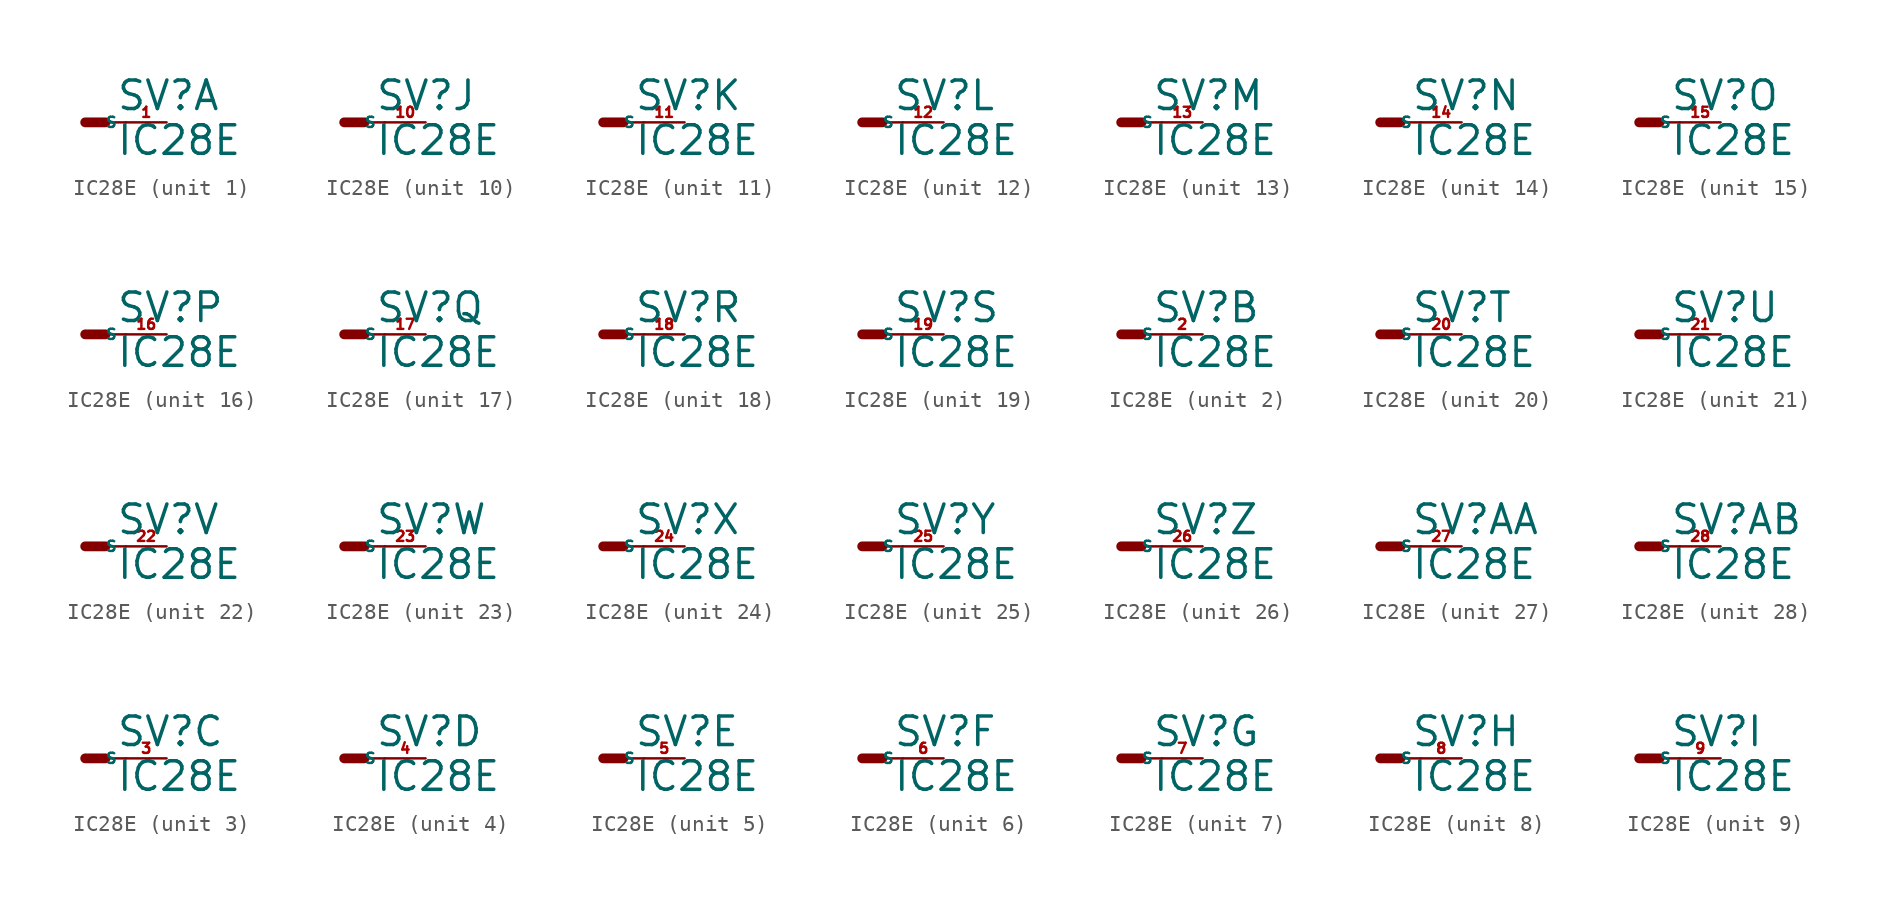
<source format=kicad_sym>
(kicad_symbol_lib
  (version 20220914)
  (generator Eagle2Kicad)
  (symbol "IC28E"
    (property "Reference" "SV"
      (at 1.905 0.635 0)
      (effects (font (size 1.778 1.778) (thickness 0.22)) (justify left bottom)))
    (property "Value" "IC28E"
      (at 1.905 -2.159 0)
      (effects (font (size 1.778 1.778) (thickness 0.22)) (justify left bottom)))
    (symbol "IC28E_1_0"
      (polyline (pts (xy 0 0) (xy 1.27 0)) (stroke (width 0.61) (type default)) (fill (type none)))
      (polyline (pts (xy 2.54 0) (xy 1.27 0)) (stroke (width 0.152) (type default)) (fill (type none)))
      (pin passive line (at 5.08 0 180) (length 2.54) (name "S" (effects (font (size 0.635 0.635) (thickness 0.08)) (justify left bottom))) (number "1" (effects (font (size 0.635 0.635) (thickness 0.08)) (justify left bottom)))))
    (symbol "IC28E_2_0"
      (polyline (pts (xy 0 0) (xy 1.27 0)) (stroke (width 0.61) (type default)) (fill (type none)))
      (polyline (pts (xy 2.54 0) (xy 1.27 0)) (stroke (width 0.152) (type default)) (fill (type none)))
      (pin passive line (at 5.08 0 180) (length 2.54) (name "S" (effects (font (size 0.635 0.635) (thickness 0.08)) (justify left bottom))) (number "2" (effects (font (size 0.635 0.635) (thickness 0.08)) (justify left bottom)))))
    (symbol "IC28E_3_0"
      (polyline (pts (xy 0 0) (xy 1.27 0)) (stroke (width 0.61) (type default)) (fill (type none)))
      (polyline (pts (xy 2.54 0) (xy 1.27 0)) (stroke (width 0.152) (type default)) (fill (type none)))
      (pin passive line (at 5.08 0 180) (length 2.54) (name "S" (effects (font (size 0.635 0.635) (thickness 0.08)) (justify left bottom))) (number "3" (effects (font (size 0.635 0.635) (thickness 0.08)) (justify left bottom)))))
    (symbol "IC28E_4_0"
      (polyline (pts (xy 0 0) (xy 1.27 0)) (stroke (width 0.61) (type default)) (fill (type none)))
      (polyline (pts (xy 2.54 0) (xy 1.27 0)) (stroke (width 0.152) (type default)) (fill (type none)))
      (pin passive line (at 5.08 0 180) (length 2.54) (name "S" (effects (font (size 0.635 0.635) (thickness 0.08)) (justify left bottom))) (number "4" (effects (font (size 0.635 0.635) (thickness 0.08)) (justify left bottom)))))
    (symbol "IC28E_5_0"
      (polyline (pts (xy 0 0) (xy 1.27 0)) (stroke (width 0.61) (type default)) (fill (type none)))
      (polyline (pts (xy 2.54 0) (xy 1.27 0)) (stroke (width 0.152) (type default)) (fill (type none)))
      (pin passive line (at 5.08 0 180) (length 2.54) (name "S" (effects (font (size 0.635 0.635) (thickness 0.08)) (justify left bottom))) (number "5" (effects (font (size 0.635 0.635) (thickness 0.08)) (justify left bottom)))))
    (symbol "IC28E_6_0"
      (polyline (pts (xy 0 0) (xy 1.27 0)) (stroke (width 0.61) (type default)) (fill (type none)))
      (polyline (pts (xy 2.54 0) (xy 1.27 0)) (stroke (width 0.152) (type default)) (fill (type none)))
      (pin passive line (at 5.08 0 180) (length 2.54) (name "S" (effects (font (size 0.635 0.635) (thickness 0.08)) (justify left bottom))) (number "6" (effects (font (size 0.635 0.635) (thickness 0.08)) (justify left bottom)))))
    (symbol "IC28E_7_0"
      (polyline (pts (xy 0 0) (xy 1.27 0)) (stroke (width 0.61) (type default)) (fill (type none)))
      (polyline (pts (xy 2.54 0) (xy 1.27 0)) (stroke (width 0.152) (type default)) (fill (type none)))
      (pin passive line (at 5.08 0 180) (length 2.54) (name "S" (effects (font (size 0.635 0.635) (thickness 0.08)) (justify left bottom))) (number "7" (effects (font (size 0.635 0.635) (thickness 0.08)) (justify left bottom)))))
    (symbol "IC28E_8_0"
      (polyline (pts (xy 0 0) (xy 1.27 0)) (stroke (width 0.61) (type default)) (fill (type none)))
      (polyline (pts (xy 2.54 0) (xy 1.27 0)) (stroke (width 0.152) (type default)) (fill (type none)))
      (pin passive line (at 5.08 0 180) (length 2.54) (name "S" (effects (font (size 0.635 0.635) (thickness 0.08)) (justify left bottom))) (number "8" (effects (font (size 0.635 0.635) (thickness 0.08)) (justify left bottom)))))
    (symbol "IC28E_9_0"
      (polyline (pts (xy 0 0) (xy 1.27 0)) (stroke (width 0.61) (type default)) (fill (type none)))
      (polyline (pts (xy 2.54 0) (xy 1.27 0)) (stroke (width 0.152) (type default)) (fill (type none)))
      (pin passive line (at 5.08 0 180) (length 2.54) (name "S" (effects (font (size 0.635 0.635) (thickness 0.08)) (justify left bottom))) (number "9" (effects (font (size 0.635 0.635) (thickness 0.08)) (justify left bottom)))))
    (symbol "IC28E_10_0"
      (polyline (pts (xy 0 0) (xy 1.27 0)) (stroke (width 0.61) (type default)) (fill (type none)))
      (polyline (pts (xy 2.54 0) (xy 1.27 0)) (stroke (width 0.152) (type default)) (fill (type none)))
      (pin passive line (at 5.08 0 180) (length 2.54) (name "S" (effects (font (size 0.635 0.635) (thickness 0.08)) (justify left bottom))) (number "10" (effects (font (size 0.635 0.635) (thickness 0.08)) (justify left bottom)))))
    (symbol "IC28E_11_0"
      (polyline (pts (xy 0 0) (xy 1.27 0)) (stroke (width 0.61) (type default)) (fill (type none)))
      (polyline (pts (xy 2.54 0) (xy 1.27 0)) (stroke (width 0.152) (type default)) (fill (type none)))
      (pin passive line (at 5.08 0 180) (length 2.54) (name "S" (effects (font (size 0.635 0.635) (thickness 0.08)) (justify left bottom))) (number "11" (effects (font (size 0.635 0.635) (thickness 0.08)) (justify left bottom)))))
    (symbol "IC28E_12_0"
      (polyline (pts (xy 0 0) (xy 1.27 0)) (stroke (width 0.61) (type default)) (fill (type none)))
      (polyline (pts (xy 2.54 0) (xy 1.27 0)) (stroke (width 0.152) (type default)) (fill (type none)))
      (pin passive line (at 5.08 0 180) (length 2.54) (name "S" (effects (font (size 0.635 0.635) (thickness 0.08)) (justify left bottom))) (number "12" (effects (font (size 0.635 0.635) (thickness 0.08)) (justify left bottom)))))
    (symbol "IC28E_13_0"
      (polyline (pts (xy 0 0) (xy 1.27 0)) (stroke (width 0.61) (type default)) (fill (type none)))
      (polyline (pts (xy 2.54 0) (xy 1.27 0)) (stroke (width 0.152) (type default)) (fill (type none)))
      (pin passive line (at 5.08 0 180) (length 2.54) (name "S" (effects (font (size 0.635 0.635) (thickness 0.08)) (justify left bottom))) (number "13" (effects (font (size 0.635 0.635) (thickness 0.08)) (justify left bottom)))))
    (symbol "IC28E_14_0"
      (polyline (pts (xy 0 0) (xy 1.27 0)) (stroke (width 0.61) (type default)) (fill (type none)))
      (polyline (pts (xy 2.54 0) (xy 1.27 0)) (stroke (width 0.152) (type default)) (fill (type none)))
      (pin passive line (at 5.08 0 180) (length 2.54) (name "S" (effects (font (size 0.635 0.635) (thickness 0.08)) (justify left bottom))) (number "14" (effects (font (size 0.635 0.635) (thickness 0.08)) (justify left bottom)))))
    (symbol "IC28E_15_0"
      (polyline (pts (xy 0 0) (xy 1.27 0)) (stroke (width 0.61) (type default)) (fill (type none)))
      (polyline (pts (xy 2.54 0) (xy 1.27 0)) (stroke (width 0.152) (type default)) (fill (type none)))
      (pin passive line (at 5.08 0 180) (length 2.54) (name "S" (effects (font (size 0.635 0.635) (thickness 0.08)) (justify left bottom))) (number "15" (effects (font (size 0.635 0.635) (thickness 0.08)) (justify left bottom)))))
    (symbol "IC28E_16_0"
      (polyline (pts (xy 0 0) (xy 1.27 0)) (stroke (width 0.61) (type default)) (fill (type none)))
      (polyline (pts (xy 2.54 0) (xy 1.27 0)) (stroke (width 0.152) (type default)) (fill (type none)))
      (pin passive line (at 5.08 0 180) (length 2.54) (name "S" (effects (font (size 0.635 0.635) (thickness 0.08)) (justify left bottom))) (number "16" (effects (font (size 0.635 0.635) (thickness 0.08)) (justify left bottom)))))
    (symbol "IC28E_17_0"
      (polyline (pts (xy 0 0) (xy 1.27 0)) (stroke (width 0.61) (type default)) (fill (type none)))
      (polyline (pts (xy 2.54 0) (xy 1.27 0)) (stroke (width 0.152) (type default)) (fill (type none)))
      (pin passive line (at 5.08 0 180) (length 2.54) (name "S" (effects (font (size 0.635 0.635) (thickness 0.08)) (justify left bottom))) (number "17" (effects (font (size 0.635 0.635) (thickness 0.08)) (justify left bottom)))))
    (symbol "IC28E_18_0"
      (polyline (pts (xy 0 0) (xy 1.27 0)) (stroke (width 0.61) (type default)) (fill (type none)))
      (polyline (pts (xy 2.54 0) (xy 1.27 0)) (stroke (width 0.152) (type default)) (fill (type none)))
      (pin passive line (at 5.08 0 180) (length 2.54) (name "S" (effects (font (size 0.635 0.635) (thickness 0.08)) (justify left bottom))) (number "18" (effects (font (size 0.635 0.635) (thickness 0.08)) (justify left bottom)))))
    (symbol "IC28E_19_0"
      (polyline (pts (xy 0 0) (xy 1.27 0)) (stroke (width 0.61) (type default)) (fill (type none)))
      (polyline (pts (xy 2.54 0) (xy 1.27 0)) (stroke (width 0.152) (type default)) (fill (type none)))
      (pin passive line (at 5.08 0 180) (length 2.54) (name "S" (effects (font (size 0.635 0.635) (thickness 0.08)) (justify left bottom))) (number "19" (effects (font (size 0.635 0.635) (thickness 0.08)) (justify left bottom)))))
    (symbol "IC28E_20_0"
      (polyline (pts (xy 0 0) (xy 1.27 0)) (stroke (width 0.61) (type default)) (fill (type none)))
      (polyline (pts (xy 2.54 0) (xy 1.27 0)) (stroke (width 0.152) (type default)) (fill (type none)))
      (pin passive line (at 5.08 0 180) (length 2.54) (name "S" (effects (font (size 0.635 0.635) (thickness 0.08)) (justify left bottom))) (number "20" (effects (font (size 0.635 0.635) (thickness 0.08)) (justify left bottom)))))
    (symbol "IC28E_21_0"
      (polyline (pts (xy 0 0) (xy 1.27 0)) (stroke (width 0.61) (type default)) (fill (type none)))
      (polyline (pts (xy 2.54 0) (xy 1.27 0)) (stroke (width 0.152) (type default)) (fill (type none)))
      (pin passive line (at 5.08 0 180) (length 2.54) (name "S" (effects (font (size 0.635 0.635) (thickness 0.08)) (justify left bottom))) (number "21" (effects (font (size 0.635 0.635) (thickness 0.08)) (justify left bottom)))))
    (symbol "IC28E_22_0"
      (polyline (pts (xy 0 0) (xy 1.27 0)) (stroke (width 0.61) (type default)) (fill (type none)))
      (polyline (pts (xy 2.54 0) (xy 1.27 0)) (stroke (width 0.152) (type default)) (fill (type none)))
      (pin passive line (at 5.08 0 180) (length 2.54) (name "S" (effects (font (size 0.635 0.635) (thickness 0.08)) (justify left bottom))) (number "22" (effects (font (size 0.635 0.635) (thickness 0.08)) (justify left bottom)))))
    (symbol "IC28E_23_0"
      (polyline (pts (xy 0 0) (xy 1.27 0)) (stroke (width 0.61) (type default)) (fill (type none)))
      (polyline (pts (xy 2.54 0) (xy 1.27 0)) (stroke (width 0.152) (type default)) (fill (type none)))
      (pin passive line (at 5.08 0 180) (length 2.54) (name "S" (effects (font (size 0.635 0.635) (thickness 0.08)) (justify left bottom))) (number "23" (effects (font (size 0.635 0.635) (thickness 0.08)) (justify left bottom)))))
    (symbol "IC28E_24_0"
      (polyline (pts (xy 0 0) (xy 1.27 0)) (stroke (width 0.61) (type default)) (fill (type none)))
      (polyline (pts (xy 2.54 0) (xy 1.27 0)) (stroke (width 0.152) (type default)) (fill (type none)))
      (pin passive line (at 5.08 0 180) (length 2.54) (name "S" (effects (font (size 0.635 0.635) (thickness 0.08)) (justify left bottom))) (number "24" (effects (font (size 0.635 0.635) (thickness 0.08)) (justify left bottom)))))
    (symbol "IC28E_25_0"
      (polyline (pts (xy 0 0) (xy 1.27 0)) (stroke (width 0.61) (type default)) (fill (type none)))
      (polyline (pts (xy 2.54 0) (xy 1.27 0)) (stroke (width 0.152) (type default)) (fill (type none)))
      (pin passive line (at 5.08 0 180) (length 2.54) (name "S" (effects (font (size 0.635 0.635) (thickness 0.08)) (justify left bottom))) (number "25" (effects (font (size 0.635 0.635) (thickness 0.08)) (justify left bottom)))))
    (symbol "IC28E_26_0"
      (polyline (pts (xy 0 0) (xy 1.27 0)) (stroke (width 0.61) (type default)) (fill (type none)))
      (polyline (pts (xy 2.54 0) (xy 1.27 0)) (stroke (width 0.152) (type default)) (fill (type none)))
      (pin passive line (at 5.08 0 180) (length 2.54) (name "S" (effects (font (size 0.635 0.635) (thickness 0.08)) (justify left bottom))) (number "26" (effects (font (size 0.635 0.635) (thickness 0.08)) (justify left bottom)))))
    (symbol "IC28E_27_0"
      (polyline (pts (xy 0 0) (xy 1.27 0)) (stroke (width 0.61) (type default)) (fill (type none)))
      (polyline (pts (xy 2.54 0) (xy 1.27 0)) (stroke (width 0.152) (type default)) (fill (type none)))
      (pin passive line (at 5.08 0 180) (length 2.54) (name "S" (effects (font (size 0.635 0.635) (thickness 0.08)) (justify left bottom))) (number "27" (effects (font (size 0.635 0.635) (thickness 0.08)) (justify left bottom)))))
    (symbol "IC28E_28_0"
      (polyline (pts (xy 0 0) (xy 1.27 0)) (stroke (width 0.61) (type default)) (fill (type none)))
      (polyline (pts (xy 2.54 0) (xy 1.27 0)) (stroke (width 0.152) (type default)) (fill (type none)))
      (pin passive line (at 5.08 0 180) (length 2.54) (name "S" (effects (font (size 0.635 0.635) (thickness 0.08)) (justify left bottom))) (number "28" (effects (font (size 0.635 0.635) (thickness 0.08)) (justify left bottom)))))))
</source>
